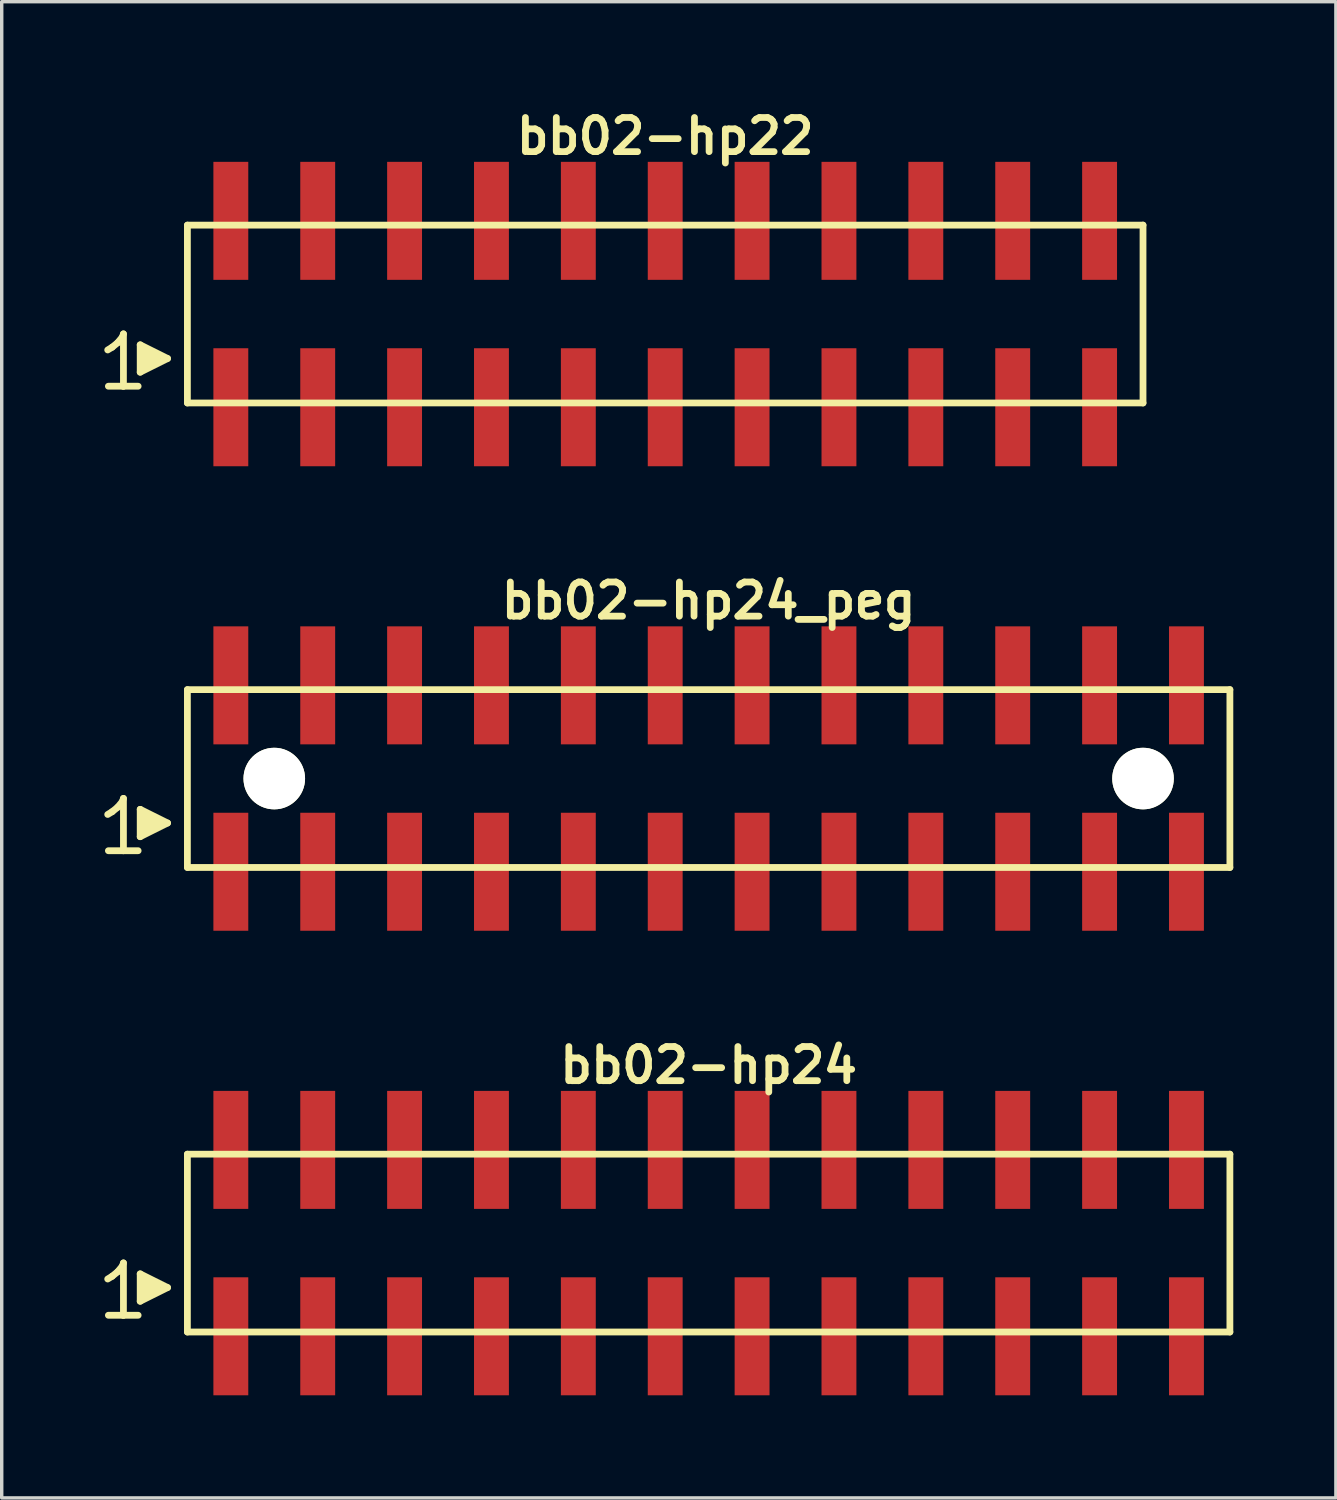
<source format=kicad_pcb>
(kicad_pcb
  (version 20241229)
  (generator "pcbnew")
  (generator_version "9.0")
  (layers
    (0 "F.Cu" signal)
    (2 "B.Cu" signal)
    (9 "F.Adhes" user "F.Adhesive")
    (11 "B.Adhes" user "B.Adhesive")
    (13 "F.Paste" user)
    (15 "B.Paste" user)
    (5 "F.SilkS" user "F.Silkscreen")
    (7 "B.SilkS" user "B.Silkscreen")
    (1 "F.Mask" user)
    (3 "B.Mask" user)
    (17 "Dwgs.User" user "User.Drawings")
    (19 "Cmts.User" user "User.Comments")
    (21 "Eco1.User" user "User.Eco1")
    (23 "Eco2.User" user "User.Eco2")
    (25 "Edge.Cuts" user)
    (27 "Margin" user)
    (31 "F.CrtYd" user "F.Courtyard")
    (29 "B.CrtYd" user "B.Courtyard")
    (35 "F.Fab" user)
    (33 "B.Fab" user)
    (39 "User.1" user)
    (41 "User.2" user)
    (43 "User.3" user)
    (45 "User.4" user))
  (footprint "bb02-hp24_peg"
    (layer "F.Cu")
    (at 17.669 19.713)
    (property "Reference" "bb02-hp24_peg" (at 0 -5.2 0) (layer "F.SilkS") (effects (font (size 0.998 0.998) (thickness 0.198))))
    (attr through_hole)
    (fp_line (start -17.57 1.05) (end -17.44 0.97) (stroke (width 0.198) (type solid)) (layer "F.SilkS"))
    (fp_line (start -17.44 0.97) (end -17.28 0.84) (stroke (width 0.198) (type solid)) (layer "F.SilkS"))
    (fp_line (start -17.28 0.84) (end -17.14 0.67) (stroke (width 0.198) (type solid)) (layer "F.SilkS"))
    (fp_line (start -17.14 0.67) (end -17.11 0.58) (stroke (width 0.198) (type solid)) (layer "F.SilkS"))
    (fp_line (start -17.11 0.58) (end -17.11 2.11) (stroke (width 0.198) (type solid)) (layer "F.SilkS"))
    (fp_line (start -17.11 2.11) (end -17.55 2.11) (stroke (width 0.198) (type solid)) (layer "F.SilkS"))
    (fp_line (start -16.68 2.11) (end -17.12 2.11) (stroke (width 0.198) (type solid)) (layer "F.SilkS"))
    (fp_line (start -16.62 0.9) (end -15.82 1.3) (stroke (width 0.198) (type solid)) (layer "F.SilkS"))
    (fp_line (start -16.62 1.7) (end -16.62 0.9) (stroke (width 0.198) (type solid)) (layer "F.SilkS"))
    (fp_line (start -16.52 1.6) (end -16.52 1) (stroke (width 0.198) (type solid)) (layer "F.SilkS"))
    (fp_line (start -16.42 1.1) (end -16.42 1.5) (stroke (width 0.198) (type solid)) (layer "F.SilkS"))
    (fp_line (start -16.32 1.5) (end -16.32 1.1) (stroke (width 0.198) (type solid)) (layer "F.SilkS"))
    (fp_line (start -16.22 1.2) (end -16.22 1.4) (stroke (width 0.198) (type solid)) (layer "F.SilkS"))
    (fp_line (start -16.12 1.4) (end -16.12 1.2) (stroke (width 0.198) (type solid)) (layer "F.SilkS"))
    (fp_line (start -15.82 1.3) (end -16.62 1.7) (stroke (width 0.198) (type solid)) (layer "F.SilkS"))
    (fp_line (start -15.24 -2.6) (end -15.24 2.6) (stroke (width 0.198) (type solid)) (layer "F.SilkS"))
    (fp_line (start -15.24 -2.6) (end 15.24 -2.6) (stroke (width 0.198) (type solid)) (layer "F.SilkS"))
    (fp_line (start 15.24 2.6) (end -15.24 2.6) (stroke (width 0.198) (type solid)) (layer "F.SilkS"))
    (fp_line (start 15.24 2.6) (end 15.24 -2.6) (stroke (width 0.198) (type solid)) (layer "F.SilkS"))
    (pad "" np_thru_hole circle (at -12.7 0) (size 1.8 1.8) (drill 1.8) (layers "*.Cu" "*.Mask" "F.SilkS"))
    (pad "" np_thru_hole circle (at 12.7 0) (size 1.8 1.8) (drill 1.8) (layers "*.Cu" "*.Mask" "F.SilkS"))
    (pad "1" smd rect (at -13.97 2.725) (size 1.02 3.45) (layers "F.Cu" "F.Mask" "F.Paste"))
    (pad "2" smd rect (at -13.97 -2.725) (size 1.02 3.45) (layers "F.Cu" "F.Mask" "F.Paste"))
    (pad "3" smd rect (at -11.43 2.725) (size 1.02 3.45) (layers "F.Cu" "F.Mask" "F.Paste"))
    (pad "4" smd rect (at -11.43 -2.725) (size 1.02 3.45) (layers "F.Cu" "F.Mask" "F.Paste"))
    (pad "5" smd rect (at -8.89 2.725) (size 1.02 3.45) (layers "F.Cu" "F.Mask" "F.Paste"))
    (pad "6" smd rect (at -8.89 -2.725) (size 1.02 3.45) (layers "F.Cu" "F.Mask" "F.Paste"))
    (pad "7" smd rect (at -6.35 2.725) (size 1.02 3.45) (layers "F.Cu" "F.Mask" "F.Paste"))
    (pad "8" smd rect (at -6.35 -2.725) (size 1.02 3.45) (layers "F.Cu" "F.Mask" "F.Paste"))
    (pad "9" smd rect (at -3.81 2.725) (size 1.02 3.45) (layers "F.Cu" "F.Mask" "F.Paste"))
    (pad "10" smd rect (at -3.81 -2.725) (size 1.02 3.45) (layers "F.Cu" "F.Mask" "F.Paste"))
    (pad "11" smd rect (at -1.27 2.725) (size 1.02 3.45) (layers "F.Cu" "F.Mask" "F.Paste"))
    (pad "12" smd rect (at -1.27 -2.725) (size 1.02 3.45) (layers "F.Cu" "F.Mask" "F.Paste"))
    (pad "13" smd rect (at 1.27 2.725) (size 1.02 3.45) (layers "F.Cu" "F.Mask" "F.Paste"))
    (pad "14" smd rect (at 1.27 -2.725) (size 1.02 3.45) (layers "F.Cu" "F.Mask" "F.Paste"))
    (pad "15" smd rect (at 3.81 2.725) (size 1.02 3.45) (layers "F.Cu" "F.Mask" "F.Paste"))
    (pad "16" smd rect (at 3.81 -2.725) (size 1.02 3.45) (layers "F.Cu" "F.Mask" "F.Paste"))
    (pad "17" smd rect (at 6.35 2.725) (size 1.02 3.45) (layers "F.Cu" "F.Mask" "F.Paste"))
    (pad "18" smd rect (at 6.35 -2.725) (size 1.02 3.45) (layers "F.Cu" "F.Mask" "F.Paste"))
    (pad "19" smd rect (at 8.89 2.725) (size 1.02 3.45) (layers "F.Cu" "F.Mask" "F.Paste"))
    (pad "20" smd rect (at 8.89 -2.725) (size 1.02 3.45) (layers "F.Cu" "F.Mask" "F.Paste"))
    (pad "21" smd rect (at 11.43 2.725) (size 1.02 3.45) (layers "F.Cu" "F.Mask" "F.Paste"))
    (pad "22" smd rect (at 11.43 -2.725) (size 1.02 3.45) (layers "F.Cu" "F.Mask" "F.Paste"))
    (pad "23" smd rect (at 13.97 2.725) (size 1.02 3.45) (layers "F.Cu" "F.Mask" "F.Paste"))
    (pad "24" smd rect (at 13.97 -2.725) (size 1.02 3.45) (layers "F.Cu" "F.Mask" "F.Paste")))
  (footprint "bb02-hp22"
    (layer "F.Cu")
    (at 16.399 6.132)
    (property "Reference" "bb02-hp22" (at 0 -5.2 0) (layer "F.SilkS") (effects (font (size 0.998 0.998) (thickness 0.198))))
    (attr through_hole)
    (fp_line (start -16.3 1.05) (end -16.17 0.97) (stroke (width 0.198) (type solid)) (layer "F.SilkS"))
    (fp_line (start -16.17 0.97) (end -16.01 0.84) (stroke (width 0.198) (type solid)) (layer "F.SilkS"))
    (fp_line (start -16.01 0.84) (end -15.87 0.67) (stroke (width 0.198) (type solid)) (layer "F.SilkS"))
    (fp_line (start -15.87 0.67) (end -15.84 0.58) (stroke (width 0.198) (type solid)) (layer "F.SilkS"))
    (fp_line (start -15.84 0.58) (end -15.84 2.11) (stroke (width 0.198) (type solid)) (layer "F.SilkS"))
    (fp_line (start -15.84 2.11) (end -16.28 2.11) (stroke (width 0.198) (type solid)) (layer "F.SilkS"))
    (fp_line (start -15.41 2.11) (end -15.85 2.11) (stroke (width 0.198) (type solid)) (layer "F.SilkS"))
    (fp_line (start -15.35 0.9) (end -14.55 1.3) (stroke (width 0.198) (type solid)) (layer "F.SilkS"))
    (fp_line (start -15.35 1.7) (end -15.35 0.9) (stroke (width 0.198) (type solid)) (layer "F.SilkS"))
    (fp_line (start -15.25 1.6) (end -15.25 1) (stroke (width 0.198) (type solid)) (layer "F.SilkS"))
    (fp_line (start -15.15 1.1) (end -15.15 1.5) (stroke (width 0.198) (type solid)) (layer "F.SilkS"))
    (fp_line (start -15.05 1.5) (end -15.05 1.1) (stroke (width 0.198) (type solid)) (layer "F.SilkS"))
    (fp_line (start -14.95 1.2) (end -14.95 1.4) (stroke (width 0.198) (type solid)) (layer "F.SilkS"))
    (fp_line (start -14.85 1.4) (end -14.85 1.2) (stroke (width 0.198) (type solid)) (layer "F.SilkS"))
    (fp_line (start -14.55 1.3) (end -15.35 1.7) (stroke (width 0.198) (type solid)) (layer "F.SilkS"))
    (fp_line (start -13.97 -2.6) (end -13.97 2.6) (stroke (width 0.198) (type solid)) (layer "F.SilkS"))
    (fp_line (start -13.97 -2.6) (end 13.97 -2.6) (stroke (width 0.198) (type solid)) (layer "F.SilkS"))
    (fp_line (start 13.97 2.6) (end -13.97 2.6) (stroke (width 0.198) (type solid)) (layer "F.SilkS"))
    (fp_line (start 13.97 2.6) (end 13.97 -2.6) (stroke (width 0.198) (type solid)) (layer "F.SilkS"))
    (pad "1" smd rect (at -12.7 2.725) (size 1.02 3.45) (layers "F.Cu" "F.Mask" "F.Paste"))
    (pad "2" smd rect (at -12.7 -2.725) (size 1.02 3.45) (layers "F.Cu" "F.Mask" "F.Paste"))
    (pad "3" smd rect (at -10.16 2.725) (size 1.02 3.45) (layers "F.Cu" "F.Mask" "F.Paste"))
    (pad "4" smd rect (at -10.16 -2.725) (size 1.02 3.45) (layers "F.Cu" "F.Mask" "F.Paste"))
    (pad "5" smd rect (at -7.62 2.725) (size 1.02 3.45) (layers "F.Cu" "F.Mask" "F.Paste"))
    (pad "6" smd rect (at -7.62 -2.725) (size 1.02 3.45) (layers "F.Cu" "F.Mask" "F.Paste"))
    (pad "7" smd rect (at -5.08 2.725) (size 1.02 3.45) (layers "F.Cu" "F.Mask" "F.Paste"))
    (pad "8" smd rect (at -5.08 -2.725) (size 1.02 3.45) (layers "F.Cu" "F.Mask" "F.Paste"))
    (pad "9" smd rect (at -2.54 2.725) (size 1.02 3.45) (layers "F.Cu" "F.Mask" "F.Paste"))
    (pad "10" smd rect (at -2.54 -2.725) (size 1.02 3.45) (layers "F.Cu" "F.Mask" "F.Paste"))
    (pad "11" smd rect (at 0 2.725) (size 1.02 3.45) (layers "F.Cu" "F.Mask" "F.Paste"))
    (pad "12" smd rect (at 0 -2.725) (size 1.02 3.45) (layers "F.Cu" "F.Mask" "F.Paste"))
    (pad "13" smd rect (at 2.54 2.725) (size 1.02 3.45) (layers "F.Cu" "F.Mask" "F.Paste"))
    (pad "14" smd rect (at 2.54 -2.725) (size 1.02 3.45) (layers "F.Cu" "F.Mask" "F.Paste"))
    (pad "15" smd rect (at 5.08 2.725) (size 1.02 3.45) (layers "F.Cu" "F.Mask" "F.Paste"))
    (pad "16" smd rect (at 5.08 -2.725) (size 1.02 3.45) (layers "F.Cu" "F.Mask" "F.Paste"))
    (pad "17" smd rect (at 7.62 2.725) (size 1.02 3.45) (layers "F.Cu" "F.Mask" "F.Paste"))
    (pad "18" smd rect (at 7.62 -2.725) (size 1.02 3.45) (layers "F.Cu" "F.Mask" "F.Paste"))
    (pad "19" smd rect (at 10.16 2.725) (size 1.02 3.45) (layers "F.Cu" "F.Mask" "F.Paste"))
    (pad "20" smd rect (at 10.16 -2.725) (size 1.02 3.45) (layers "F.Cu" "F.Mask" "F.Paste"))
    (pad "21" smd rect (at 12.7 2.725) (size 1.02 3.45) (layers "F.Cu" "F.Mask" "F.Paste"))
    (pad "22" smd rect (at 12.7 -2.725) (size 1.02 3.45) (layers "F.Cu" "F.Mask" "F.Paste")))
  (footprint "bb02-hp24"
    (layer "F.Cu")
    (at 17.669 33.295)
    (property "Reference" "bb02-hp24" (at 0 -5.2 0) (layer "F.SilkS") (effects (font (size 0.998 0.998) (thickness 0.198))))
    (attr through_hole)
    (fp_line (start -17.57 1.05) (end -17.44 0.97) (stroke (width 0.198) (type solid)) (layer "F.SilkS"))
    (fp_line (start -17.44 0.97) (end -17.28 0.84) (stroke (width 0.198) (type solid)) (layer "F.SilkS"))
    (fp_line (start -17.28 0.84) (end -17.14 0.67) (stroke (width 0.198) (type solid)) (layer "F.SilkS"))
    (fp_line (start -17.14 0.67) (end -17.11 0.58) (stroke (width 0.198) (type solid)) (layer "F.SilkS"))
    (fp_line (start -17.11 0.58) (end -17.11 2.11) (stroke (width 0.198) (type solid)) (layer "F.SilkS"))
    (fp_line (start -17.11 2.11) (end -17.55 2.11) (stroke (width 0.198) (type solid)) (layer "F.SilkS"))
    (fp_line (start -16.68 2.11) (end -17.12 2.11) (stroke (width 0.198) (type solid)) (layer "F.SilkS"))
    (fp_line (start -16.62 0.9) (end -15.82 1.3) (stroke (width 0.198) (type solid)) (layer "F.SilkS"))
    (fp_line (start -16.62 1.7) (end -16.62 0.9) (stroke (width 0.198) (type solid)) (layer "F.SilkS"))
    (fp_line (start -16.52 1.6) (end -16.52 1) (stroke (width 0.198) (type solid)) (layer "F.SilkS"))
    (fp_line (start -16.42 1.1) (end -16.42 1.5) (stroke (width 0.198) (type solid)) (layer "F.SilkS"))
    (fp_line (start -16.32 1.5) (end -16.32 1.1) (stroke (width 0.198) (type solid)) (layer "F.SilkS"))
    (fp_line (start -16.22 1.2) (end -16.22 1.4) (stroke (width 0.198) (type solid)) (layer "F.SilkS"))
    (fp_line (start -16.12 1.4) (end -16.12 1.2) (stroke (width 0.198) (type solid)) (layer "F.SilkS"))
    (fp_line (start -15.82 1.3) (end -16.62 1.7) (stroke (width 0.198) (type solid)) (layer "F.SilkS"))
    (fp_line (start -15.24 -2.6) (end -15.24 2.6) (stroke (width 0.198) (type solid)) (layer "F.SilkS"))
    (fp_line (start -15.24 -2.6) (end 15.24 -2.6) (stroke (width 0.198) (type solid)) (layer "F.SilkS"))
    (fp_line (start 15.24 2.6) (end -15.24 2.6) (stroke (width 0.198) (type solid)) (layer "F.SilkS"))
    (fp_line (start 15.24 2.6) (end 15.24 -2.6) (stroke (width 0.198) (type solid)) (layer "F.SilkS"))
    (pad "1" smd rect (at -13.97 2.725) (size 1.02 3.45) (layers "F.Cu" "F.Mask" "F.Paste"))
    (pad "2" smd rect (at -13.97 -2.725) (size 1.02 3.45) (layers "F.Cu" "F.Mask" "F.Paste"))
    (pad "3" smd rect (at -11.43 2.725) (size 1.02 3.45) (layers "F.Cu" "F.Mask" "F.Paste"))
    (pad "4" smd rect (at -11.43 -2.725) (size 1.02 3.45) (layers "F.Cu" "F.Mask" "F.Paste"))
    (pad "5" smd rect (at -8.89 2.725) (size 1.02 3.45) (layers "F.Cu" "F.Mask" "F.Paste"))
    (pad "6" smd rect (at -8.89 -2.725) (size 1.02 3.45) (layers "F.Cu" "F.Mask" "F.Paste"))
    (pad "7" smd rect (at -6.35 2.725) (size 1.02 3.45) (layers "F.Cu" "F.Mask" "F.Paste"))
    (pad "8" smd rect (at -6.35 -2.725) (size 1.02 3.45) (layers "F.Cu" "F.Mask" "F.Paste"))
    (pad "9" smd rect (at -3.81 2.725) (size 1.02 3.45) (layers "F.Cu" "F.Mask" "F.Paste"))
    (pad "10" smd rect (at -3.81 -2.725) (size 1.02 3.45) (layers "F.Cu" "F.Mask" "F.Paste"))
    (pad "11" smd rect (at -1.27 2.725) (size 1.02 3.45) (layers "F.Cu" "F.Mask" "F.Paste"))
    (pad "12" smd rect (at -1.27 -2.725) (size 1.02 3.45) (layers "F.Cu" "F.Mask" "F.Paste"))
    (pad "13" smd rect (at 1.27 2.725) (size 1.02 3.45) (layers "F.Cu" "F.Mask" "F.Paste"))
    (pad "14" smd rect (at 1.27 -2.725) (size 1.02 3.45) (layers "F.Cu" "F.Mask" "F.Paste"))
    (pad "15" smd rect (at 3.81 2.725) (size 1.02 3.45) (layers "F.Cu" "F.Mask" "F.Paste"))
    (pad "16" smd rect (at 3.81 -2.725) (size 1.02 3.45) (layers "F.Cu" "F.Mask" "F.Paste"))
    (pad "17" smd rect (at 6.35 2.725) (size 1.02 3.45) (layers "F.Cu" "F.Mask" "F.Paste"))
    (pad "18" smd rect (at 6.35 -2.725) (size 1.02 3.45) (layers "F.Cu" "F.Mask" "F.Paste"))
    (pad "19" smd rect (at 8.89 2.725) (size 1.02 3.45) (layers "F.Cu" "F.Mask" "F.Paste"))
    (pad "20" smd rect (at 8.89 -2.725) (size 1.02 3.45) (layers "F.Cu" "F.Mask" "F.Paste"))
    (pad "21" smd rect (at 11.43 2.725) (size 1.02 3.45) (layers "F.Cu" "F.Mask" "F.Paste"))
    (pad "22" smd rect (at 11.43 -2.725) (size 1.02 3.45) (layers "F.Cu" "F.Mask" "F.Paste"))
    (pad "23" smd rect (at 13.97 2.725) (size 1.02 3.45) (layers "F.Cu" "F.Mask" "F.Paste"))
    (pad "24" smd rect (at 13.97 -2.725) (size 1.02 3.45) (layers "F.Cu" "F.Mask" "F.Paste")))
  (gr_rect
    (start -3 -3)
    (end 36.008 40.745)
    (stroke (width 0.1) (type default))
    (fill no)
    (layer "Edge.Cuts")))
</source>
